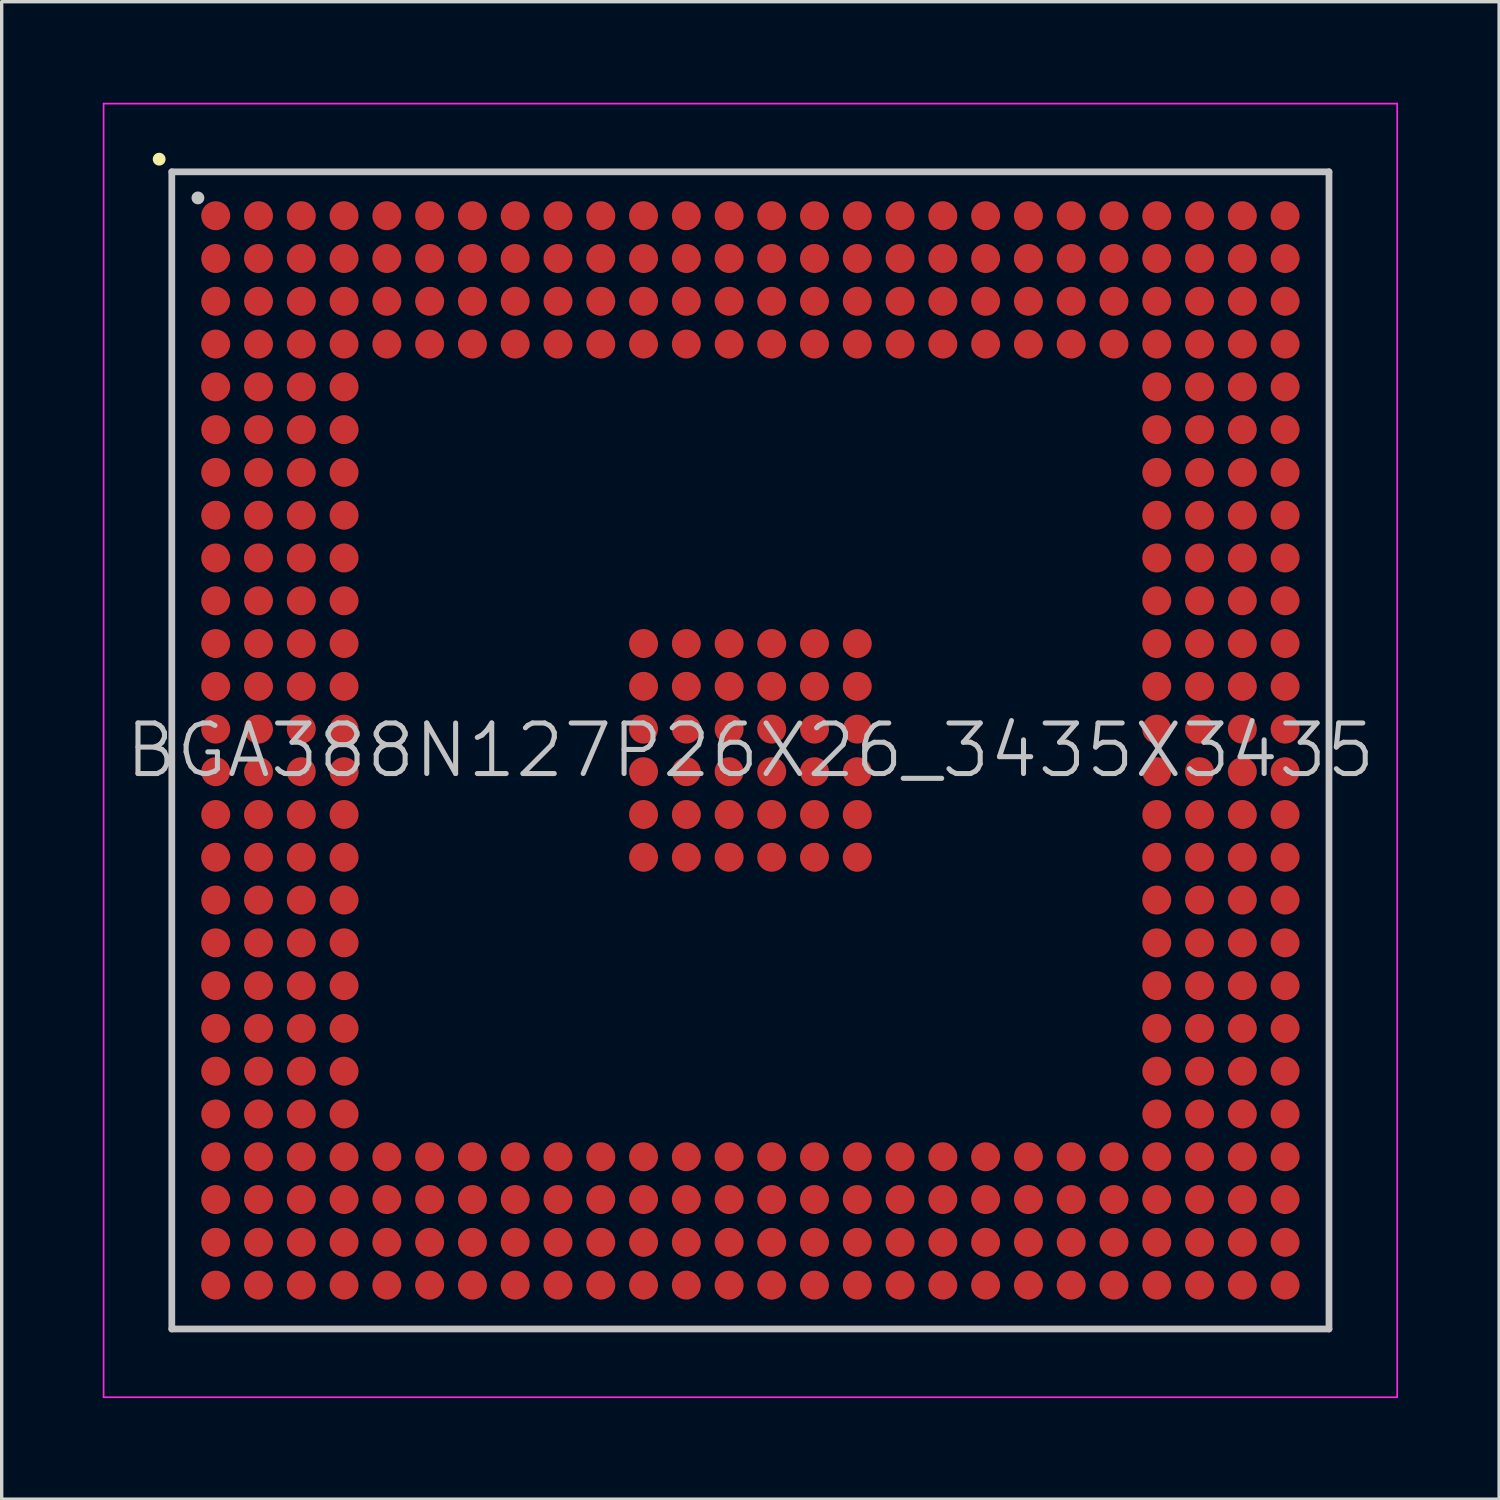
<source format=kicad_pcb>
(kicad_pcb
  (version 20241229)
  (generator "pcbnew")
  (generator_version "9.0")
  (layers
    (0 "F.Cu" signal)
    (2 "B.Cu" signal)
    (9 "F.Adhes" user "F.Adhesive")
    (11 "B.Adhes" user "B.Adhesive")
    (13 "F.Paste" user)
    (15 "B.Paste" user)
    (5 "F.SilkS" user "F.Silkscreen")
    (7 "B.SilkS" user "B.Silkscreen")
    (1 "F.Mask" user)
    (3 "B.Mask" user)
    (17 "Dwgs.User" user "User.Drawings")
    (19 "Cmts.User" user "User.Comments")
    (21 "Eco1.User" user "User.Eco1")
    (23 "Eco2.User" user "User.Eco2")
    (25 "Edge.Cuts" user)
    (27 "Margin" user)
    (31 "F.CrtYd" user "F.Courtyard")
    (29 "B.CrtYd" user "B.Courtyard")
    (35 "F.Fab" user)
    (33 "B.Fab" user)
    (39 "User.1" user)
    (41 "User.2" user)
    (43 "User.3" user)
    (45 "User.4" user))
  (footprint "BGA388N127P26X26_3435X3435"
    (layer "F.Cu")
    (at 19.225 19.225)
    (property "Reference" "BGA388N127P26X26_3435X3435" (at 0 0 0) (layer "Dwgs.User") (effects (font (size 1.5 1.5) (thickness 0.15))))
    (attr smd)
    (fp_line (start -17.55 -17.55) (end -17.55 -17.55) (stroke (width 0.381) (type solid)) (layer "F.SilkS"))
    (fp_line (start -17.175 -17.175) (end -17.175 17.175) (stroke (width 0.2) (type solid)) (layer "Dwgs.User"))
    (fp_line (start -17.175 -17.175) (end 17.175 -17.175) (stroke (width 0.2) (type solid)) (layer "Dwgs.User"))
    (fp_line (start -17.175 17.175) (end 17.175 17.175) (stroke (width 0.2) (type solid)) (layer "Dwgs.User"))
    (fp_line (start -16.4 -16.4) (end -16.4 -16.4) (stroke (width 0.381) (type solid)) (layer "Dwgs.User"))
    (fp_line (start 17.175 -17.175) (end 17.175 17.175) (stroke (width 0.2) (type solid)) (layer "Dwgs.User"))
    (fp_line (start -19.2 -19.2) (end -19.2 19.2) (stroke (width 0.05) (type solid)) (layer "F.CrtYd"))
    (fp_line (start -19.2 -19.2) (end 19.2 -19.2) (stroke (width 0.05) (type solid)) (layer "F.CrtYd"))
    (fp_line (start -19.2 19.2) (end 19.2 19.2) (stroke (width 0.05) (type solid)) (layer "F.CrtYd"))
    (fp_line (start 19.2 -19.2) (end 19.2 19.2) (stroke (width 0.05) (type solid)) (layer "F.CrtYd"))
    (pad "A1" smd circle (at -15.872 -15.872 270) (size 0.86 0.86) (layers "F.Cu" "F.Mask" "F.Paste"))
    (pad "A2" smd circle (at -14.602 -15.872 270) (size 0.86 0.86) (layers "F.Cu" "F.Mask" "F.Paste"))
    (pad "A3" smd circle (at -13.332 -15.872 270) (size 0.86 0.86) (layers "F.Cu" "F.Mask" "F.Paste"))
    (pad "A4" smd circle (at -12.062 -15.872 270) (size 0.86 0.86) (layers "F.Cu" "F.Mask" "F.Paste"))
    (pad "A5" smd circle (at -10.792 -15.872 270) (size 0.86 0.86) (layers "F.Cu" "F.Mask" "F.Paste"))
    (pad "A6" smd circle (at -9.522 -15.872 270) (size 0.86 0.86) (layers "F.Cu" "F.Mask" "F.Paste"))
    (pad "A7" smd circle (at -8.252 -15.872 270) (size 0.86 0.86) (layers "F.Cu" "F.Mask" "F.Paste"))
    (pad "A8" smd circle (at -6.982 -15.872 270) (size 0.86 0.86) (layers "F.Cu" "F.Mask" "F.Paste"))
    (pad "A9" smd circle (at -5.712 -15.872 270) (size 0.86 0.86) (layers "F.Cu" "F.Mask" "F.Paste"))
    (pad "A10" smd circle (at -4.442 -15.872 270) (size 0.86 0.86) (layers "F.Cu" "F.Mask" "F.Paste"))
    (pad "A11" smd circle (at -3.172 -15.872 270) (size 0.86 0.86) (layers "F.Cu" "F.Mask" "F.Paste"))
    (pad "A12" smd circle (at -1.902 -15.872 270) (size 0.86 0.86) (layers "F.Cu" "F.Mask" "F.Paste"))
    (pad "A13" smd circle (at -0.632 -15.872 270) (size 0.86 0.86) (layers "F.Cu" "F.Mask" "F.Paste"))
    (pad "A14" smd circle (at 0.632 -15.872 270) (size 0.86 0.86) (layers "F.Cu" "F.Mask" "F.Paste"))
    (pad "A15" smd circle (at 1.902 -15.872 270) (size 0.86 0.86) (layers "F.Cu" "F.Mask" "F.Paste"))
    (pad "A16" smd circle (at 3.172 -15.872 270) (size 0.86 0.86) (layers "F.Cu" "F.Mask" "F.Paste"))
    (pad "A17" smd circle (at 4.442 -15.872 270) (size 0.86 0.86) (layers "F.Cu" "F.Mask" "F.Paste"))
    (pad "A18" smd circle (at 5.712 -15.872 270) (size 0.86 0.86) (layers "F.Cu" "F.Mask" "F.Paste"))
    (pad "A19" smd circle (at 6.982 -15.872 270) (size 0.86 0.86) (layers "F.Cu" "F.Mask" "F.Paste"))
    (pad "A20" smd circle (at 8.252 -15.872 270) (size 0.86 0.86) (layers "F.Cu" "F.Mask" "F.Paste"))
    (pad "A21" smd circle (at 9.522 -15.872 270) (size 0.86 0.86) (layers "F.Cu" "F.Mask" "F.Paste"))
    (pad "A22" smd circle (at 10.792 -15.872 270) (size 0.86 0.86) (layers "F.Cu" "F.Mask" "F.Paste"))
    (pad "A23" smd circle (at 12.062 -15.872 270) (size 0.86 0.86) (layers "F.Cu" "F.Mask" "F.Paste"))
    (pad "A24" smd circle (at 13.332 -15.872 270) (size 0.86 0.86) (layers "F.Cu" "F.Mask" "F.Paste"))
    (pad "A25" smd circle (at 14.602 -15.872 270) (size 0.86 0.86) (layers "F.Cu" "F.Mask" "F.Paste"))
    (pad "A26" smd circle (at 15.872 -15.872 270) (size 0.86 0.86) (layers "F.Cu" "F.Mask" "F.Paste"))
    (pad "AA1" smd circle (at -15.872 9.522 270) (size 0.86 0.86) (layers "F.Cu" "F.Mask" "F.Paste"))
    (pad "AA2" smd circle (at -14.602 9.522 270) (size 0.86 0.86) (layers "F.Cu" "F.Mask" "F.Paste"))
    (pad "AA3" smd circle (at -13.332 9.522 270) (size 0.86 0.86) (layers "F.Cu" "F.Mask" "F.Paste"))
    (pad "AA4" smd circle (at -12.062 9.522 270) (size 0.86 0.86) (layers "F.Cu" "F.Mask" "F.Paste"))
    (pad "AA23" smd circle (at 12.062 9.522 270) (size 0.86 0.86) (layers "F.Cu" "F.Mask" "F.Paste"))
    (pad "AA24" smd circle (at 13.332 9.522 270) (size 0.86 0.86) (layers "F.Cu" "F.Mask" "F.Paste"))
    (pad "AA25" smd circle (at 14.602 9.522 270) (size 0.86 0.86) (layers "F.Cu" "F.Mask" "F.Paste"))
    (pad "AA26" smd circle (at 15.872 9.522 270) (size 0.86 0.86) (layers "F.Cu" "F.Mask" "F.Paste"))
    (pad "AB1" smd circle (at -15.872 10.792 270) (size 0.86 0.86) (layers "F.Cu" "F.Mask" "F.Paste"))
    (pad "AB2" smd circle (at -14.602 10.792 270) (size 0.86 0.86) (layers "F.Cu" "F.Mask" "F.Paste"))
    (pad "AB3" smd circle (at -13.332 10.792 270) (size 0.86 0.86) (layers "F.Cu" "F.Mask" "F.Paste"))
    (pad "AB4" smd circle (at -12.062 10.792 270) (size 0.86 0.86) (layers "F.Cu" "F.Mask" "F.Paste"))
    (pad "AB23" smd circle (at 12.062 10.792 270) (size 0.86 0.86) (layers "F.Cu" "F.Mask" "F.Paste"))
    (pad "AB24" smd circle (at 13.332 10.792 270) (size 0.86 0.86) (layers "F.Cu" "F.Mask" "F.Paste"))
    (pad "AB25" smd circle (at 14.602 10.792 270) (size 0.86 0.86) (layers "F.Cu" "F.Mask" "F.Paste"))
    (pad "AB26" smd circle (at 15.872 10.792 270) (size 0.86 0.86) (layers "F.Cu" "F.Mask" "F.Paste"))
    (pad "AC1" smd circle (at -15.872 12.062 270) (size 0.86 0.86) (layers "F.Cu" "F.Mask" "F.Paste"))
    (pad "AC2" smd circle (at -14.602 12.062 270) (size 0.86 0.86) (layers "F.Cu" "F.Mask" "F.Paste"))
    (pad "AC3" smd circle (at -13.332 12.062 270) (size 0.86 0.86) (layers "F.Cu" "F.Mask" "F.Paste"))
    (pad "AC4" smd circle (at -12.062 12.062 270) (size 0.86 0.86) (layers "F.Cu" "F.Mask" "F.Paste"))
    (pad "AC5" smd circle (at -10.792 12.062 270) (size 0.86 0.86) (layers "F.Cu" "F.Mask" "F.Paste"))
    (pad "AC6" smd circle (at -9.522 12.062 270) (size 0.86 0.86) (layers "F.Cu" "F.Mask" "F.Paste"))
    (pad "AC7" smd circle (at -8.252 12.062 270) (size 0.86 0.86) (layers "F.Cu" "F.Mask" "F.Paste"))
    (pad "AC8" smd circle (at -6.982 12.062 270) (size 0.86 0.86) (layers "F.Cu" "F.Mask" "F.Paste"))
    (pad "AC9" smd circle (at -5.712 12.062 270) (size 0.86 0.86) (layers "F.Cu" "F.Mask" "F.Paste"))
    (pad "AC10" smd circle (at -4.442 12.062 270) (size 0.86 0.86) (layers "F.Cu" "F.Mask" "F.Paste"))
    (pad "AC11" smd circle (at -3.172 12.062 270) (size 0.86 0.86) (layers "F.Cu" "F.Mask" "F.Paste"))
    (pad "AC12" smd circle (at -1.902 12.062 270) (size 0.86 0.86) (layers "F.Cu" "F.Mask" "F.Paste"))
    (pad "AC13" smd circle (at -0.632 12.062 270) (size 0.86 0.86) (layers "F.Cu" "F.Mask" "F.Paste"))
    (pad "AC14" smd circle (at 0.632 12.062 270) (size 0.86 0.86) (layers "F.Cu" "F.Mask" "F.Paste"))
    (pad "AC15" smd circle (at 1.902 12.062 270) (size 0.86 0.86) (layers "F.Cu" "F.Mask" "F.Paste"))
    (pad "AC16" smd circle (at 3.172 12.062 270) (size 0.86 0.86) (layers "F.Cu" "F.Mask" "F.Paste"))
    (pad "AC17" smd circle (at 4.442 12.062 270) (size 0.86 0.86) (layers "F.Cu" "F.Mask" "F.Paste"))
    (pad "AC18" smd circle (at 5.712 12.062 270) (size 0.86 0.86) (layers "F.Cu" "F.Mask" "F.Paste"))
    (pad "AC19" smd circle (at 6.982 12.062 270) (size 0.86 0.86) (layers "F.Cu" "F.Mask" "F.Paste"))
    (pad "AC20" smd circle (at 8.252 12.062 270) (size 0.86 0.86) (layers "F.Cu" "F.Mask" "F.Paste"))
    (pad "AC21" smd circle (at 9.522 12.062 270) (size 0.86 0.86) (layers "F.Cu" "F.Mask" "F.Paste"))
    (pad "AC22" smd circle (at 10.792 12.062 270) (size 0.86 0.86) (layers "F.Cu" "F.Mask" "F.Paste"))
    (pad "AC23" smd circle (at 12.062 12.062 270) (size 0.86 0.86) (layers "F.Cu" "F.Mask" "F.Paste"))
    (pad "AC24" smd circle (at 13.332 12.062 270) (size 0.86 0.86) (layers "F.Cu" "F.Mask" "F.Paste"))
    (pad "AC25" smd circle (at 14.602 12.062 270) (size 0.86 0.86) (layers "F.Cu" "F.Mask" "F.Paste"))
    (pad "AC26" smd circle (at 15.872 12.062 270) (size 0.86 0.86) (layers "F.Cu" "F.Mask" "F.Paste"))
    (pad "AD1" smd circle (at -15.872 13.332 270) (size 0.86 0.86) (layers "F.Cu" "F.Mask" "F.Paste"))
    (pad "AD2" smd circle (at -14.602 13.332 270) (size 0.86 0.86) (layers "F.Cu" "F.Mask" "F.Paste"))
    (pad "AD3" smd circle (at -13.332 13.332 270) (size 0.86 0.86) (layers "F.Cu" "F.Mask" "F.Paste"))
    (pad "AD4" smd circle (at -12.062 13.332 270) (size 0.86 0.86) (layers "F.Cu" "F.Mask" "F.Paste"))
    (pad "AD5" smd circle (at -10.792 13.332 270) (size 0.86 0.86) (layers "F.Cu" "F.Mask" "F.Paste"))
    (pad "AD6" smd circle (at -9.522 13.332 270) (size 0.86 0.86) (layers "F.Cu" "F.Mask" "F.Paste"))
    (pad "AD7" smd circle (at -8.252 13.332 270) (size 0.86 0.86) (layers "F.Cu" "F.Mask" "F.Paste"))
    (pad "AD8" smd circle (at -6.982 13.332 270) (size 0.86 0.86) (layers "F.Cu" "F.Mask" "F.Paste"))
    (pad "AD9" smd circle (at -5.712 13.332 270) (size 0.86 0.86) (layers "F.Cu" "F.Mask" "F.Paste"))
    (pad "AD10" smd circle (at -4.442 13.332 270) (size 0.86 0.86) (layers "F.Cu" "F.Mask" "F.Paste"))
    (pad "AD11" smd circle (at -3.172 13.332 270) (size 0.86 0.86) (layers "F.Cu" "F.Mask" "F.Paste"))
    (pad "AD12" smd circle (at -1.902 13.332 270) (size 0.86 0.86) (layers "F.Cu" "F.Mask" "F.Paste"))
    (pad "AD13" smd circle (at -0.632 13.332 270) (size 0.86 0.86) (layers "F.Cu" "F.Mask" "F.Paste"))
    (pad "AD14" smd circle (at 0.632 13.332 270) (size 0.86 0.86) (layers "F.Cu" "F.Mask" "F.Paste"))
    (pad "AD15" smd circle (at 1.902 13.332 270) (size 0.86 0.86) (layers "F.Cu" "F.Mask" "F.Paste"))
    (pad "AD16" smd circle (at 3.172 13.332 270) (size 0.86 0.86) (layers "F.Cu" "F.Mask" "F.Paste"))
    (pad "AD17" smd circle (at 4.442 13.332 270) (size 0.86 0.86) (layers "F.Cu" "F.Mask" "F.Paste"))
    (pad "AD18" smd circle (at 5.712 13.332 270) (size 0.86 0.86) (layers "F.Cu" "F.Mask" "F.Paste"))
    (pad "AD19" smd circle (at 6.982 13.332 270) (size 0.86 0.86) (layers "F.Cu" "F.Mask" "F.Paste"))
    (pad "AD20" smd circle (at 8.252 13.332 270) (size 0.86 0.86) (layers "F.Cu" "F.Mask" "F.Paste"))
    (pad "AD21" smd circle (at 9.522 13.332 270) (size 0.86 0.86) (layers "F.Cu" "F.Mask" "F.Paste"))
    (pad "AD22" smd circle (at 10.792 13.332 270) (size 0.86 0.86) (layers "F.Cu" "F.Mask" "F.Paste"))
    (pad "AD23" smd circle (at 12.062 13.332 270) (size 0.86 0.86) (layers "F.Cu" "F.Mask" "F.Paste"))
    (pad "AD24" smd circle (at 13.332 13.332 270) (size 0.86 0.86) (layers "F.Cu" "F.Mask" "F.Paste"))
    (pad "AD25" smd circle (at 14.602 13.332 270) (size 0.86 0.86) (layers "F.Cu" "F.Mask" "F.Paste"))
    (pad "AD26" smd circle (at 15.872 13.332 270) (size 0.86 0.86) (layers "F.Cu" "F.Mask" "F.Paste"))
    (pad "AE1" smd circle (at -15.872 14.602 270) (size 0.86 0.86) (layers "F.Cu" "F.Mask" "F.Paste"))
    (pad "AE2" smd circle (at -14.602 14.602 270) (size 0.86 0.86) (layers "F.Cu" "F.Mask" "F.Paste"))
    (pad "AE3" smd circle (at -13.332 14.602 270) (size 0.86 0.86) (layers "F.Cu" "F.Mask" "F.Paste"))
    (pad "AE4" smd circle (at -12.062 14.602 270) (size 0.86 0.86) (layers "F.Cu" "F.Mask" "F.Paste"))
    (pad "AE5" smd circle (at -10.792 14.602 270) (size 0.86 0.86) (layers "F.Cu" "F.Mask" "F.Paste"))
    (pad "AE6" smd circle (at -9.522 14.602 270) (size 0.86 0.86) (layers "F.Cu" "F.Mask" "F.Paste"))
    (pad "AE7" smd circle (at -8.252 14.602 270) (size 0.86 0.86) (layers "F.Cu" "F.Mask" "F.Paste"))
    (pad "AE8" smd circle (at -6.982 14.602 270) (size 0.86 0.86) (layers "F.Cu" "F.Mask" "F.Paste"))
    (pad "AE9" smd circle (at -5.712 14.602 270) (size 0.86 0.86) (layers "F.Cu" "F.Mask" "F.Paste"))
    (pad "AE10" smd circle (at -4.442 14.602 270) (size 0.86 0.86) (layers "F.Cu" "F.Mask" "F.Paste"))
    (pad "AE11" smd circle (at -3.172 14.602 270) (size 0.86 0.86) (layers "F.Cu" "F.Mask" "F.Paste"))
    (pad "AE12" smd circle (at -1.902 14.602 270) (size 0.86 0.86) (layers "F.Cu" "F.Mask" "F.Paste"))
    (pad "AE13" smd circle (at -0.632 14.602 270) (size 0.86 0.86) (layers "F.Cu" "F.Mask" "F.Paste"))
    (pad "AE14" smd circle (at 0.632 14.602 270) (size 0.86 0.86) (layers "F.Cu" "F.Mask" "F.Paste"))
    (pad "AE15" smd circle (at 1.902 14.602 270) (size 0.86 0.86) (layers "F.Cu" "F.Mask" "F.Paste"))
    (pad "AE16" smd circle (at 3.172 14.602 270) (size 0.86 0.86) (layers "F.Cu" "F.Mask" "F.Paste"))
    (pad "AE17" smd circle (at 4.442 14.602 270) (size 0.86 0.86) (layers "F.Cu" "F.Mask" "F.Paste"))
    (pad "AE18" smd circle (at 5.712 14.602 270) (size 0.86 0.86) (layers "F.Cu" "F.Mask" "F.Paste"))
    (pad "AE19" smd circle (at 6.982 14.602 270) (size 0.86 0.86) (layers "F.Cu" "F.Mask" "F.Paste"))
    (pad "AE20" smd circle (at 8.252 14.602 270) (size 0.86 0.86) (layers "F.Cu" "F.Mask" "F.Paste"))
    (pad "AE21" smd circle (at 9.522 14.602 270) (size 0.86 0.86) (layers "F.Cu" "F.Mask" "F.Paste"))
    (pad "AE22" smd circle (at 10.792 14.602 270) (size 0.86 0.86) (layers "F.Cu" "F.Mask" "F.Paste"))
    (pad "AE23" smd circle (at 12.062 14.602 270) (size 0.86 0.86) (layers "F.Cu" "F.Mask" "F.Paste"))
    (pad "AE24" smd circle (at 13.332 14.602 270) (size 0.86 0.86) (layers "F.Cu" "F.Mask" "F.Paste"))
    (pad "AE25" smd circle (at 14.602 14.602 270) (size 0.86 0.86) (layers "F.Cu" "F.Mask" "F.Paste"))
    (pad "AE26" smd circle (at 15.872 14.602 270) (size 0.86 0.86) (layers "F.Cu" "F.Mask" "F.Paste"))
    (pad "AF1" smd circle (at -15.872 15.872 270) (size 0.86 0.86) (layers "F.Cu" "F.Mask" "F.Paste"))
    (pad "AF2" smd circle (at -14.602 15.872 270) (size 0.86 0.86) (layers "F.Cu" "F.Mask" "F.Paste"))
    (pad "AF3" smd circle (at -13.332 15.872 270) (size 0.86 0.86) (layers "F.Cu" "F.Mask" "F.Paste"))
    (pad "AF4" smd circle (at -12.062 15.872 270) (size 0.86 0.86) (layers "F.Cu" "F.Mask" "F.Paste"))
    (pad "AF5" smd circle (at -10.792 15.872 270) (size 0.86 0.86) (layers "F.Cu" "F.Mask" "F.Paste"))
    (pad "AF6" smd circle (at -9.522 15.872 270) (size 0.86 0.86) (layers "F.Cu" "F.Mask" "F.Paste"))
    (pad "AF7" smd circle (at -8.252 15.872 270) (size 0.86 0.86) (layers "F.Cu" "F.Mask" "F.Paste"))
    (pad "AF8" smd circle (at -6.982 15.872 270) (size 0.86 0.86) (layers "F.Cu" "F.Mask" "F.Paste"))
    (pad "AF9" smd circle (at -5.712 15.872 270) (size 0.86 0.86) (layers "F.Cu" "F.Mask" "F.Paste"))
    (pad "AF10" smd circle (at -4.442 15.872 270) (size 0.86 0.86) (layers "F.Cu" "F.Mask" "F.Paste"))
    (pad "AF11" smd circle (at -3.172 15.872 270) (size 0.86 0.86) (layers "F.Cu" "F.Mask" "F.Paste"))
    (pad "AF12" smd circle (at -1.902 15.872 270) (size 0.86 0.86) (layers "F.Cu" "F.Mask" "F.Paste"))
    (pad "AF13" smd circle (at -0.632 15.872 270) (size 0.86 0.86) (layers "F.Cu" "F.Mask" "F.Paste"))
    (pad "AF14" smd circle (at 0.632 15.872 270) (size 0.86 0.86) (layers "F.Cu" "F.Mask" "F.Paste"))
    (pad "AF15" smd circle (at 1.902 15.872 270) (size 0.86 0.86) (layers "F.Cu" "F.Mask" "F.Paste"))
    (pad "AF16" smd circle (at 3.172 15.872 270) (size 0.86 0.86) (layers "F.Cu" "F.Mask" "F.Paste"))
    (pad "AF17" smd circle (at 4.442 15.872 270) (size 0.86 0.86) (layers "F.Cu" "F.Mask" "F.Paste"))
    (pad "AF18" smd circle (at 5.712 15.872 270) (size 0.86 0.86) (layers "F.Cu" "F.Mask" "F.Paste"))
    (pad "AF19" smd circle (at 6.982 15.872 270) (size 0.86 0.86) (layers "F.Cu" "F.Mask" "F.Paste"))
    (pad "AF20" smd circle (at 8.252 15.872 270) (size 0.86 0.86) (layers "F.Cu" "F.Mask" "F.Paste"))
    (pad "AF21" smd circle (at 9.522 15.872 270) (size 0.86 0.86) (layers "F.Cu" "F.Mask" "F.Paste"))
    (pad "AF22" smd circle (at 10.792 15.872 270) (size 0.86 0.86) (layers "F.Cu" "F.Mask" "F.Paste"))
    (pad "AF23" smd circle (at 12.062 15.872 270) (size 0.86 0.86) (layers "F.Cu" "F.Mask" "F.Paste"))
    (pad "AF24" smd circle (at 13.332 15.872 270) (size 0.86 0.86) (layers "F.Cu" "F.Mask" "F.Paste"))
    (pad "AF25" smd circle (at 14.602 15.872 270) (size 0.86 0.86) (layers "F.Cu" "F.Mask" "F.Paste"))
    (pad "AF26" smd circle (at 15.872 15.872 270) (size 0.86 0.86) (layers "F.Cu" "F.Mask" "F.Paste"))
    (pad "B1" smd circle (at -15.872 -14.602 270) (size 0.86 0.86) (layers "F.Cu" "F.Mask" "F.Paste"))
    (pad "B2" smd circle (at -14.602 -14.602 270) (size 0.86 0.86) (layers "F.Cu" "F.Mask" "F.Paste"))
    (pad "B3" smd circle (at -13.332 -14.602 270) (size 0.86 0.86) (layers "F.Cu" "F.Mask" "F.Paste"))
    (pad "B4" smd circle (at -12.062 -14.602 270) (size 0.86 0.86) (layers "F.Cu" "F.Mask" "F.Paste"))
    (pad "B5" smd circle (at -10.792 -14.602 270) (size 0.86 0.86) (layers "F.Cu" "F.Mask" "F.Paste"))
    (pad "B6" smd circle (at -9.522 -14.602 270) (size 0.86 0.86) (layers "F.Cu" "F.Mask" "F.Paste"))
    (pad "B7" smd circle (at -8.252 -14.602 270) (size 0.86 0.86) (layers "F.Cu" "F.Mask" "F.Paste"))
    (pad "B8" smd circle (at -6.982 -14.602 270) (size 0.86 0.86) (layers "F.Cu" "F.Mask" "F.Paste"))
    (pad "B9" smd circle (at -5.712 -14.602 270) (size 0.86 0.86) (layers "F.Cu" "F.Mask" "F.Paste"))
    (pad "B10" smd circle (at -4.442 -14.602 270) (size 0.86 0.86) (layers "F.Cu" "F.Mask" "F.Paste"))
    (pad "B11" smd circle (at -3.172 -14.602 270) (size 0.86 0.86) (layers "F.Cu" "F.Mask" "F.Paste"))
    (pad "B12" smd circle (at -1.902 -14.602 270) (size 0.86 0.86) (layers "F.Cu" "F.Mask" "F.Paste"))
    (pad "B13" smd circle (at -0.632 -14.602 270) (size 0.86 0.86) (layers "F.Cu" "F.Mask" "F.Paste"))
    (pad "B14" smd circle (at 0.632 -14.602 270) (size 0.86 0.86) (layers "F.Cu" "F.Mask" "F.Paste"))
    (pad "B15" smd circle (at 1.902 -14.602 270) (size 0.86 0.86) (layers "F.Cu" "F.Mask" "F.Paste"))
    (pad "B16" smd circle (at 3.172 -14.602 270) (size 0.86 0.86) (layers "F.Cu" "F.Mask" "F.Paste"))
    (pad "B17" smd circle (at 4.442 -14.602 270) (size 0.86 0.86) (layers "F.Cu" "F.Mask" "F.Paste"))
    (pad "B18" smd circle (at 5.712 -14.602 270) (size 0.86 0.86) (layers "F.Cu" "F.Mask" "F.Paste"))
    (pad "B19" smd circle (at 6.982 -14.602 270) (size 0.86 0.86) (layers "F.Cu" "F.Mask" "F.Paste"))
    (pad "B20" smd circle (at 8.252 -14.602 270) (size 0.86 0.86) (layers "F.Cu" "F.Mask" "F.Paste"))
    (pad "B21" smd circle (at 9.522 -14.602 270) (size 0.86 0.86) (layers "F.Cu" "F.Mask" "F.Paste"))
    (pad "B22" smd circle (at 10.792 -14.602 270) (size 0.86 0.86) (layers "F.Cu" "F.Mask" "F.Paste"))
    (pad "B23" smd circle (at 12.062 -14.602 270) (size 0.86 0.86) (layers "F.Cu" "F.Mask" "F.Paste"))
    (pad "B24" smd circle (at 13.332 -14.602 270) (size 0.86 0.86) (layers "F.Cu" "F.Mask" "F.Paste"))
    (pad "B25" smd circle (at 14.602 -14.602 270) (size 0.86 0.86) (layers "F.Cu" "F.Mask" "F.Paste"))
    (pad "B26" smd circle (at 15.872 -14.602 270) (size 0.86 0.86) (layers "F.Cu" "F.Mask" "F.Paste"))
    (pad "C1" smd circle (at -15.872 -13.332 270) (size 0.86 0.86) (layers "F.Cu" "F.Mask" "F.Paste"))
    (pad "C2" smd circle (at -14.602 -13.332 270) (size 0.86 0.86) (layers "F.Cu" "F.Mask" "F.Paste"))
    (pad "C3" smd circle (at -13.332 -13.332 270) (size 0.86 0.86) (layers "F.Cu" "F.Mask" "F.Paste"))
    (pad "C4" smd circle (at -12.062 -13.332 270) (size 0.86 0.86) (layers "F.Cu" "F.Mask" "F.Paste"))
    (pad "C5" smd circle (at -10.792 -13.332 270) (size 0.86 0.86) (layers "F.Cu" "F.Mask" "F.Paste"))
    (pad "C6" smd circle (at -9.522 -13.332 270) (size 0.86 0.86) (layers "F.Cu" "F.Mask" "F.Paste"))
    (pad "C7" smd circle (at -8.252 -13.332 270) (size 0.86 0.86) (layers "F.Cu" "F.Mask" "F.Paste"))
    (pad "C8" smd circle (at -6.982 -13.332 270) (size 0.86 0.86) (layers "F.Cu" "F.Mask" "F.Paste"))
    (pad "C9" smd circle (at -5.712 -13.332 270) (size 0.86 0.86) (layers "F.Cu" "F.Mask" "F.Paste"))
    (pad "C10" smd circle (at -4.442 -13.332 270) (size 0.86 0.86) (layers "F.Cu" "F.Mask" "F.Paste"))
    (pad "C11" smd circle (at -3.172 -13.332 270) (size 0.86 0.86) (layers "F.Cu" "F.Mask" "F.Paste"))
    (pad "C12" smd circle (at -1.902 -13.332 270) (size 0.86 0.86) (layers "F.Cu" "F.Mask" "F.Paste"))
    (pad "C13" smd circle (at -0.632 -13.332 270) (size 0.86 0.86) (layers "F.Cu" "F.Mask" "F.Paste"))
    (pad "C14" smd circle (at 0.632 -13.332 270) (size 0.86 0.86) (layers "F.Cu" "F.Mask" "F.Paste"))
    (pad "C15" smd circle (at 1.902 -13.332 270) (size 0.86 0.86) (layers "F.Cu" "F.Mask" "F.Paste"))
    (pad "C16" smd circle (at 3.172 -13.332 270) (size 0.86 0.86) (layers "F.Cu" "F.Mask" "F.Paste"))
    (pad "C17" smd circle (at 4.442 -13.332 270) (size 0.86 0.86) (layers "F.Cu" "F.Mask" "F.Paste"))
    (pad "C18" smd circle (at 5.712 -13.332 270) (size 0.86 0.86) (layers "F.Cu" "F.Mask" "F.Paste"))
    (pad "C19" smd circle (at 6.982 -13.332 270) (size 0.86 0.86) (layers "F.Cu" "F.Mask" "F.Paste"))
    (pad "C20" smd circle (at 8.252 -13.332 270) (size 0.86 0.86) (layers "F.Cu" "F.Mask" "F.Paste"))
    (pad "C21" smd circle (at 9.522 -13.332 270) (size 0.86 0.86) (layers "F.Cu" "F.Mask" "F.Paste"))
    (pad "C22" smd circle (at 10.792 -13.332 270) (size 0.86 0.86) (layers "F.Cu" "F.Mask" "F.Paste"))
    (pad "C23" smd circle (at 12.062 -13.332 270) (size 0.86 0.86) (layers "F.Cu" "F.Mask" "F.Paste"))
    (pad "C24" smd circle (at 13.332 -13.332 270) (size 0.86 0.86) (layers "F.Cu" "F.Mask" "F.Paste"))
    (pad "C25" smd circle (at 14.602 -13.332 270) (size 0.86 0.86) (layers "F.Cu" "F.Mask" "F.Paste"))
    (pad "C26" smd circle (at 15.872 -13.332 270) (size 0.86 0.86) (layers "F.Cu" "F.Mask" "F.Paste"))
    (pad "D1" smd circle (at -15.872 -12.062 270) (size 0.86 0.86) (layers "F.Cu" "F.Mask" "F.Paste"))
    (pad "D2" smd circle (at -14.602 -12.062 270) (size 0.86 0.86) (layers "F.Cu" "F.Mask" "F.Paste"))
    (pad "D3" smd circle (at -13.332 -12.062 270) (size 0.86 0.86) (layers "F.Cu" "F.Mask" "F.Paste"))
    (pad "D4" smd circle (at -12.062 -12.062 270) (size 0.86 0.86) (layers "F.Cu" "F.Mask" "F.Paste"))
    (pad "D5" smd circle (at -10.792 -12.062 270) (size 0.86 0.86) (layers "F.Cu" "F.Mask" "F.Paste"))
    (pad "D6" smd circle (at -9.522 -12.062 270) (size 0.86 0.86) (layers "F.Cu" "F.Mask" "F.Paste"))
    (pad "D7" smd circle (at -8.252 -12.062 270) (size 0.86 0.86) (layers "F.Cu" "F.Mask" "F.Paste"))
    (pad "D8" smd circle (at -6.982 -12.062 270) (size 0.86 0.86) (layers "F.Cu" "F.Mask" "F.Paste"))
    (pad "D9" smd circle (at -5.712 -12.062 270) (size 0.86 0.86) (layers "F.Cu" "F.Mask" "F.Paste"))
    (pad "D10" smd circle (at -4.442 -12.062 270) (size 0.86 0.86) (layers "F.Cu" "F.Mask" "F.Paste"))
    (pad "D11" smd circle (at -3.172 -12.062 270) (size 0.86 0.86) (layers "F.Cu" "F.Mask" "F.Paste"))
    (pad "D12" smd circle (at -1.902 -12.062 270) (size 0.86 0.86) (layers "F.Cu" "F.Mask" "F.Paste"))
    (pad "D13" smd circle (at -0.632 -12.062 270) (size 0.86 0.86) (layers "F.Cu" "F.Mask" "F.Paste"))
    (pad "D14" smd circle (at 0.632 -12.062 270) (size 0.86 0.86) (layers "F.Cu" "F.Mask" "F.Paste"))
    (pad "D15" smd circle (at 1.902 -12.062 270) (size 0.86 0.86) (layers "F.Cu" "F.Mask" "F.Paste"))
    (pad "D16" smd circle (at 3.172 -12.062 270) (size 0.86 0.86) (layers "F.Cu" "F.Mask" "F.Paste"))
    (pad "D17" smd circle (at 4.442 -12.062 270) (size 0.86 0.86) (layers "F.Cu" "F.Mask" "F.Paste"))
    (pad "D18" smd circle (at 5.712 -12.062 270) (size 0.86 0.86) (layers "F.Cu" "F.Mask" "F.Paste"))
    (pad "D19" smd circle (at 6.982 -12.062 270) (size 0.86 0.86) (layers "F.Cu" "F.Mask" "F.Paste"))
    (pad "D20" smd circle (at 8.252 -12.062 270) (size 0.86 0.86) (layers "F.Cu" "F.Mask" "F.Paste"))
    (pad "D21" smd circle (at 9.522 -12.062 270) (size 0.86 0.86) (layers "F.Cu" "F.Mask" "F.Paste"))
    (pad "D22" smd circle (at 10.792 -12.062 270) (size 0.86 0.86) (layers "F.Cu" "F.Mask" "F.Paste"))
    (pad "D23" smd circle (at 12.062 -12.062 270) (size 0.86 0.86) (layers "F.Cu" "F.Mask" "F.Paste"))
    (pad "D24" smd circle (at 13.332 -12.062 270) (size 0.86 0.86) (layers "F.Cu" "F.Mask" "F.Paste"))
    (pad "D25" smd circle (at 14.602 -12.062 270) (size 0.86 0.86) (layers "F.Cu" "F.Mask" "F.Paste"))
    (pad "D26" smd circle (at 15.872 -12.062 270) (size 0.86 0.86) (layers "F.Cu" "F.Mask" "F.Paste"))
    (pad "E1" smd circle (at -15.872 -10.792 270) (size 0.86 0.86) (layers "F.Cu" "F.Mask" "F.Paste"))
    (pad "E2" smd circle (at -14.602 -10.792 270) (size 0.86 0.86) (layers "F.Cu" "F.Mask" "F.Paste"))
    (pad "E3" smd circle (at -13.332 -10.792 270) (size 0.86 0.86) (layers "F.Cu" "F.Mask" "F.Paste"))
    (pad "E4" smd circle (at -12.062 -10.792 270) (size 0.86 0.86) (layers "F.Cu" "F.Mask" "F.Paste"))
    (pad "E23" smd circle (at 12.062 -10.792 270) (size 0.86 0.86) (layers "F.Cu" "F.Mask" "F.Paste"))
    (pad "E24" smd circle (at 13.332 -10.792 270) (size 0.86 0.86) (layers "F.Cu" "F.Mask" "F.Paste"))
    (pad "E25" smd circle (at 14.602 -10.792 270) (size 0.86 0.86) (layers "F.Cu" "F.Mask" "F.Paste"))
    (pad "E26" smd circle (at 15.872 -10.792 270) (size 0.86 0.86) (layers "F.Cu" "F.Mask" "F.Paste"))
    (pad "F1" smd circle (at -15.872 -9.522 270) (size 0.86 0.86) (layers "F.Cu" "F.Mask" "F.Paste"))
    (pad "F2" smd circle (at -14.602 -9.522 270) (size 0.86 0.86) (layers "F.Cu" "F.Mask" "F.Paste"))
    (pad "F3" smd circle (at -13.332 -9.522 270) (size 0.86 0.86) (layers "F.Cu" "F.Mask" "F.Paste"))
    (pad "F4" smd circle (at -12.062 -9.522 270) (size 0.86 0.86) (layers "F.Cu" "F.Mask" "F.Paste"))
    (pad "F23" smd circle (at 12.062 -9.522 270) (size 0.86 0.86) (layers "F.Cu" "F.Mask" "F.Paste"))
    (pad "F24" smd circle (at 13.332 -9.522 270) (size 0.86 0.86) (layers "F.Cu" "F.Mask" "F.Paste"))
    (pad "F25" smd circle (at 14.602 -9.522 270) (size 0.86 0.86) (layers "F.Cu" "F.Mask" "F.Paste"))
    (pad "F26" smd circle (at 15.872 -9.522 270) (size 0.86 0.86) (layers "F.Cu" "F.Mask" "F.Paste"))
    (pad "G1" smd circle (at -15.872 -8.252 270) (size 0.86 0.86) (layers "F.Cu" "F.Mask" "F.Paste"))
    (pad "G2" smd circle (at -14.602 -8.252 270) (size 0.86 0.86) (layers "F.Cu" "F.Mask" "F.Paste"))
    (pad "G3" smd circle (at -13.332 -8.252 270) (size 0.86 0.86) (layers "F.Cu" "F.Mask" "F.Paste"))
    (pad "G4" smd circle (at -12.062 -8.252 270) (size 0.86 0.86) (layers "F.Cu" "F.Mask" "F.Paste"))
    (pad "G23" smd circle (at 12.062 -8.252 270) (size 0.86 0.86) (layers "F.Cu" "F.Mask" "F.Paste"))
    (pad "G24" smd circle (at 13.332 -8.252 270) (size 0.86 0.86) (layers "F.Cu" "F.Mask" "F.Paste"))
    (pad "G25" smd circle (at 14.602 -8.252 270) (size 0.86 0.86) (layers "F.Cu" "F.Mask" "F.Paste"))
    (pad "G26" smd circle (at 15.872 -8.252 270) (size 0.86 0.86) (layers "F.Cu" "F.Mask" "F.Paste"))
    (pad "H1" smd circle (at -15.872 -6.982 270) (size 0.86 0.86) (layers "F.Cu" "F.Mask" "F.Paste"))
    (pad "H2" smd circle (at -14.602 -6.982 270) (size 0.86 0.86) (layers "F.Cu" "F.Mask" "F.Paste"))
    (pad "H3" smd circle (at -13.332 -6.982 270) (size 0.86 0.86) (layers "F.Cu" "F.Mask" "F.Paste"))
    (pad "H4" smd circle (at -12.062 -6.982 270) (size 0.86 0.86) (layers "F.Cu" "F.Mask" "F.Paste"))
    (pad "H23" smd circle (at 12.062 -6.982 270) (size 0.86 0.86) (layers "F.Cu" "F.Mask" "F.Paste"))
    (pad "H24" smd circle (at 13.332 -6.982 270) (size 0.86 0.86) (layers "F.Cu" "F.Mask" "F.Paste"))
    (pad "H25" smd circle (at 14.602 -6.982 270) (size 0.86 0.86) (layers "F.Cu" "F.Mask" "F.Paste"))
    (pad "H26" smd circle (at 15.872 -6.982 270) (size 0.86 0.86) (layers "F.Cu" "F.Mask" "F.Paste"))
    (pad "J1" smd circle (at -15.872 -5.712 270) (size 0.86 0.86) (layers "F.Cu" "F.Mask" "F.Paste"))
    (pad "J2" smd circle (at -14.602 -5.712 270) (size 0.86 0.86) (layers "F.Cu" "F.Mask" "F.Paste"))
    (pad "J3" smd circle (at -13.332 -5.712 270) (size 0.86 0.86) (layers "F.Cu" "F.Mask" "F.Paste"))
    (pad "J4" smd circle (at -12.062 -5.712 270) (size 0.86 0.86) (layers "F.Cu" "F.Mask" "F.Paste"))
    (pad "J23" smd circle (at 12.062 -5.712 270) (size 0.86 0.86) (layers "F.Cu" "F.Mask" "F.Paste"))
    (pad "J24" smd circle (at 13.332 -5.712 270) (size 0.86 0.86) (layers "F.Cu" "F.Mask" "F.Paste"))
    (pad "J25" smd circle (at 14.602 -5.712 270) (size 0.86 0.86) (layers "F.Cu" "F.Mask" "F.Paste"))
    (pad "J26" smd circle (at 15.872 -5.712 270) (size 0.86 0.86) (layers "F.Cu" "F.Mask" "F.Paste"))
    (pad "K1" smd circle (at -15.872 -4.442 270) (size 0.86 0.86) (layers "F.Cu" "F.Mask" "F.Paste"))
    (pad "K2" smd circle (at -14.602 -4.442 270) (size 0.86 0.86) (layers "F.Cu" "F.Mask" "F.Paste"))
    (pad "K3" smd circle (at -13.332 -4.442 270) (size 0.86 0.86) (layers "F.Cu" "F.Mask" "F.Paste"))
    (pad "K4" smd circle (at -12.062 -4.442 270) (size 0.86 0.86) (layers "F.Cu" "F.Mask" "F.Paste"))
    (pad "K23" smd circle (at 12.062 -4.442 270) (size 0.86 0.86) (layers "F.Cu" "F.Mask" "F.Paste"))
    (pad "K24" smd circle (at 13.332 -4.442 270) (size 0.86 0.86) (layers "F.Cu" "F.Mask" "F.Paste"))
    (pad "K25" smd circle (at 14.602 -4.442 270) (size 0.86 0.86) (layers "F.Cu" "F.Mask" "F.Paste"))
    (pad "K26" smd circle (at 15.872 -4.442 270) (size 0.86 0.86) (layers "F.Cu" "F.Mask" "F.Paste"))
    (pad "L1" smd circle (at -15.872 -3.172 270) (size 0.86 0.86) (layers "F.Cu" "F.Mask" "F.Paste"))
    (pad "L2" smd circle (at -14.602 -3.172 270) (size 0.86 0.86) (layers "F.Cu" "F.Mask" "F.Paste"))
    (pad "L3" smd circle (at -13.332 -3.172 270) (size 0.86 0.86) (layers "F.Cu" "F.Mask" "F.Paste"))
    (pad "L4" smd circle (at -12.062 -3.172 270) (size 0.86 0.86) (layers "F.Cu" "F.Mask" "F.Paste"))
    (pad "L11" smd circle (at -3.172 -3.172 270) (size 0.86 0.86) (layers "F.Cu" "F.Mask" "F.Paste"))
    (pad "L12" smd circle (at -1.902 -3.172 270) (size 0.86 0.86) (layers "F.Cu" "F.Mask" "F.Paste"))
    (pad "L13" smd circle (at -0.632 -3.172 270) (size 0.86 0.86) (layers "F.Cu" "F.Mask" "F.Paste"))
    (pad "L14" smd circle (at 0.632 -3.172 270) (size 0.86 0.86) (layers "F.Cu" "F.Mask" "F.Paste"))
    (pad "L15" smd circle (at 1.902 -3.172 270) (size 0.86 0.86) (layers "F.Cu" "F.Mask" "F.Paste"))
    (pad "L16" smd circle (at 3.172 -3.172 270) (size 0.86 0.86) (layers "F.Cu" "F.Mask" "F.Paste"))
    (pad "L23" smd circle (at 12.062 -3.172 270) (size 0.86 0.86) (layers "F.Cu" "F.Mask" "F.Paste"))
    (pad "L24" smd circle (at 13.332 -3.172 270) (size 0.86 0.86) (layers "F.Cu" "F.Mask" "F.Paste"))
    (pad "L25" smd circle (at 14.602 -3.172 270) (size 0.86 0.86) (layers "F.Cu" "F.Mask" "F.Paste"))
    (pad "L26" smd circle (at 15.872 -3.172 270) (size 0.86 0.86) (layers "F.Cu" "F.Mask" "F.Paste"))
    (pad "M1" smd circle (at -15.872 -1.902 270) (size 0.86 0.86) (layers "F.Cu" "F.Mask" "F.Paste"))
    (pad "M2" smd circle (at -14.602 -1.902 270) (size 0.86 0.86) (layers "F.Cu" "F.Mask" "F.Paste"))
    (pad "M3" smd circle (at -13.332 -1.902 270) (size 0.86 0.86) (layers "F.Cu" "F.Mask" "F.Paste"))
    (pad "M4" smd circle (at -12.062 -1.902 270) (size 0.86 0.86) (layers "F.Cu" "F.Mask" "F.Paste"))
    (pad "M11" smd circle (at -3.172 -1.902 270) (size 0.86 0.86) (layers "F.Cu" "F.Mask" "F.Paste"))
    (pad "M12" smd circle (at -1.902 -1.902 270) (size 0.86 0.86) (layers "F.Cu" "F.Mask" "F.Paste"))
    (pad "M13" smd circle (at -0.632 -1.902 270) (size 0.86 0.86) (layers "F.Cu" "F.Mask" "F.Paste"))
    (pad "M14" smd circle (at 0.632 -1.902 270) (size 0.86 0.86) (layers "F.Cu" "F.Mask" "F.Paste"))
    (pad "M15" smd circle (at 1.902 -1.902 270) (size 0.86 0.86) (layers "F.Cu" "F.Mask" "F.Paste"))
    (pad "M16" smd circle (at 3.172 -1.902 270) (size 0.86 0.86) (layers "F.Cu" "F.Mask" "F.Paste"))
    (pad "M23" smd circle (at 12.062 -1.902 270) (size 0.86 0.86) (layers "F.Cu" "F.Mask" "F.Paste"))
    (pad "M24" smd circle (at 13.332 -1.902 270) (size 0.86 0.86) (layers "F.Cu" "F.Mask" "F.Paste"))
    (pad "M25" smd circle (at 14.602 -1.902 270) (size 0.86 0.86) (layers "F.Cu" "F.Mask" "F.Paste"))
    (pad "M26" smd circle (at 15.872 -1.902 270) (size 0.86 0.86) (layers "F.Cu" "F.Mask" "F.Paste"))
    (pad "N1" smd circle (at -15.872 -0.632 270) (size 0.86 0.86) (layers "F.Cu" "F.Mask" "F.Paste"))
    (pad "N2" smd circle (at -14.602 -0.632 270) (size 0.86 0.86) (layers "F.Cu" "F.Mask" "F.Paste"))
    (pad "N3" smd circle (at -13.332 -0.632 270) (size 0.86 0.86) (layers "F.Cu" "F.Mask" "F.Paste"))
    (pad "N4" smd circle (at -12.062 -0.632 270) (size 0.86 0.86) (layers "F.Cu" "F.Mask" "F.Paste"))
    (pad "N11" smd circle (at -3.172 -0.632 270) (size 0.86 0.86) (layers "F.Cu" "F.Mask" "F.Paste"))
    (pad "N12" smd circle (at -1.902 -0.632 270) (size 0.86 0.86) (layers "F.Cu" "F.Mask" "F.Paste"))
    (pad "N13" smd circle (at -0.632 -0.632 270) (size 0.86 0.86) (layers "F.Cu" "F.Mask" "F.Paste"))
    (pad "N14" smd circle (at 0.632 -0.632 270) (size 0.86 0.86) (layers "F.Cu" "F.Mask" "F.Paste"))
    (pad "N15" smd circle (at 1.902 -0.632 270) (size 0.86 0.86) (layers "F.Cu" "F.Mask" "F.Paste"))
    (pad "N16" smd circle (at 3.172 -0.632 270) (size 0.86 0.86) (layers "F.Cu" "F.Mask" "F.Paste"))
    (pad "N23" smd circle (at 12.062 -0.632 270) (size 0.86 0.86) (layers "F.Cu" "F.Mask" "F.Paste"))
    (pad "N24" smd circle (at 13.332 -0.632 270) (size 0.86 0.86) (layers "F.Cu" "F.Mask" "F.Paste"))
    (pad "N25" smd circle (at 14.602 -0.632 270) (size 0.86 0.86) (layers "F.Cu" "F.Mask" "F.Paste"))
    (pad "N26" smd circle (at 15.872 -0.632 270) (size 0.86 0.86) (layers "F.Cu" "F.Mask" "F.Paste"))
    (pad "P1" smd circle (at -15.872 0.632 270) (size 0.86 0.86) (layers "F.Cu" "F.Mask" "F.Paste"))
    (pad "P2" smd circle (at -14.602 0.632 270) (size 0.86 0.86) (layers "F.Cu" "F.Mask" "F.Paste"))
    (pad "P3" smd circle (at -13.332 0.632 270) (size 0.86 0.86) (layers "F.Cu" "F.Mask" "F.Paste"))
    (pad "P4" smd circle (at -12.062 0.632 270) (size 0.86 0.86) (layers "F.Cu" "F.Mask" "F.Paste"))
    (pad "P11" smd circle (at -3.172 0.632 270) (size 0.86 0.86) (layers "F.Cu" "F.Mask" "F.Paste"))
    (pad "P12" smd circle (at -1.902 0.632 270) (size 0.86 0.86) (layers "F.Cu" "F.Mask" "F.Paste"))
    (pad "P13" smd circle (at -0.632 0.632 270) (size 0.86 0.86) (layers "F.Cu" "F.Mask" "F.Paste"))
    (pad "P14" smd circle (at 0.632 0.632 270) (size 0.86 0.86) (layers "F.Cu" "F.Mask" "F.Paste"))
    (pad "P15" smd circle (at 1.902 0.632 270) (size 0.86 0.86) (layers "F.Cu" "F.Mask" "F.Paste"))
    (pad "P16" smd circle (at 3.172 0.632 270) (size 0.86 0.86) (layers "F.Cu" "F.Mask" "F.Paste"))
    (pad "P23" smd circle (at 12.062 0.632 270) (size 0.86 0.86) (layers "F.Cu" "F.Mask" "F.Paste"))
    (pad "P24" smd circle (at 13.332 0.632 270) (size 0.86 0.86) (layers "F.Cu" "F.Mask" "F.Paste"))
    (pad "P25" smd circle (at 14.602 0.632 270) (size 0.86 0.86) (layers "F.Cu" "F.Mask" "F.Paste"))
    (pad "P26" smd circle (at 15.872 0.632 270) (size 0.86 0.86) (layers "F.Cu" "F.Mask" "F.Paste"))
    (pad "R1" smd circle (at -15.872 1.902 270) (size 0.86 0.86) (layers "F.Cu" "F.Mask" "F.Paste"))
    (pad "R2" smd circle (at -14.602 1.902 270) (size 0.86 0.86) (layers "F.Cu" "F.Mask" "F.Paste"))
    (pad "R3" smd circle (at -13.332 1.902 270) (size 0.86 0.86) (layers "F.Cu" "F.Mask" "F.Paste"))
    (pad "R4" smd circle (at -12.062 1.902 270) (size 0.86 0.86) (layers "F.Cu" "F.Mask" "F.Paste"))
    (pad "R11" smd circle (at -3.172 1.902 270) (size 0.86 0.86) (layers "F.Cu" "F.Mask" "F.Paste"))
    (pad "R12" smd circle (at -1.902 1.902 270) (size 0.86 0.86) (layers "F.Cu" "F.Mask" "F.Paste"))
    (pad "R13" smd circle (at -0.632 1.902 270) (size 0.86 0.86) (layers "F.Cu" "F.Mask" "F.Paste"))
    (pad "R14" smd circle (at 0.632 1.902 270) (size 0.86 0.86) (layers "F.Cu" "F.Mask" "F.Paste"))
    (pad "R15" smd circle (at 1.902 1.902 270) (size 0.86 0.86) (layers "F.Cu" "F.Mask" "F.Paste"))
    (pad "R16" smd circle (at 3.172 1.902 270) (size 0.86 0.86) (layers "F.Cu" "F.Mask" "F.Paste"))
    (pad "R23" smd circle (at 12.062 1.902 270) (size 0.86 0.86) (layers "F.Cu" "F.Mask" "F.Paste"))
    (pad "R24" smd circle (at 13.332 1.902 270) (size 0.86 0.86) (layers "F.Cu" "F.Mask" "F.Paste"))
    (pad "R25" smd circle (at 14.602 1.902 270) (size 0.86 0.86) (layers "F.Cu" "F.Mask" "F.Paste"))
    (pad "R26" smd circle (at 15.872 1.902 270) (size 0.86 0.86) (layers "F.Cu" "F.Mask" "F.Paste"))
    (pad "T1" smd circle (at -15.872 3.172 270) (size 0.86 0.86) (layers "F.Cu" "F.Mask" "F.Paste"))
    (pad "T2" smd circle (at -14.602 3.172 270) (size 0.86 0.86) (layers "F.Cu" "F.Mask" "F.Paste"))
    (pad "T3" smd circle (at -13.332 3.172 270) (size 0.86 0.86) (layers "F.Cu" "F.Mask" "F.Paste"))
    (pad "T4" smd circle (at -12.062 3.172 270) (size 0.86 0.86) (layers "F.Cu" "F.Mask" "F.Paste"))
    (pad "T11" smd circle (at -3.172 3.172 270) (size 0.86 0.86) (layers "F.Cu" "F.Mask" "F.Paste"))
    (pad "T12" smd circle (at -1.902 3.172 270) (size 0.86 0.86) (layers "F.Cu" "F.Mask" "F.Paste"))
    (pad "T13" smd circle (at -0.632 3.172 270) (size 0.86 0.86) (layers "F.Cu" "F.Mask" "F.Paste"))
    (pad "T14" smd circle (at 0.632 3.172 270) (size 0.86 0.86) (layers "F.Cu" "F.Mask" "F.Paste"))
    (pad "T15" smd circle (at 1.902 3.172 270) (size 0.86 0.86) (layers "F.Cu" "F.Mask" "F.Paste"))
    (pad "T16" smd circle (at 3.172 3.172 270) (size 0.86 0.86) (layers "F.Cu" "F.Mask" "F.Paste"))
    (pad "T23" smd circle (at 12.062 3.172 270) (size 0.86 0.86) (layers "F.Cu" "F.Mask" "F.Paste"))
    (pad "T24" smd circle (at 13.332 3.172 270) (size 0.86 0.86) (layers "F.Cu" "F.Mask" "F.Paste"))
    (pad "T25" smd circle (at 14.602 3.172 270) (size 0.86 0.86) (layers "F.Cu" "F.Mask" "F.Paste"))
    (pad "T26" smd circle (at 15.872 3.172 270) (size 0.86 0.86) (layers "F.Cu" "F.Mask" "F.Paste"))
    (pad "U1" smd circle (at -15.872 4.442 270) (size 0.86 0.86) (layers "F.Cu" "F.Mask" "F.Paste"))
    (pad "U2" smd circle (at -14.602 4.442 270) (size 0.86 0.86) (layers "F.Cu" "F.Mask" "F.Paste"))
    (pad "U3" smd circle (at -13.332 4.442 270) (size 0.86 0.86) (layers "F.Cu" "F.Mask" "F.Paste"))
    (pad "U4" smd circle (at -12.062 4.442 270) (size 0.86 0.86) (layers "F.Cu" "F.Mask" "F.Paste"))
    (pad "U23" smd circle (at 12.062 4.442 270) (size 0.86 0.86) (layers "F.Cu" "F.Mask" "F.Paste"))
    (pad "U24" smd circle (at 13.332 4.442 270) (size 0.86 0.86) (layers "F.Cu" "F.Mask" "F.Paste"))
    (pad "U25" smd circle (at 14.602 4.442 270) (size 0.86 0.86) (layers "F.Cu" "F.Mask" "F.Paste"))
    (pad "U26" smd circle (at 15.872 4.442 270) (size 0.86 0.86) (layers "F.Cu" "F.Mask" "F.Paste"))
    (pad "V1" smd circle (at -15.872 5.712 270) (size 0.86 0.86) (layers "F.Cu" "F.Mask" "F.Paste"))
    (pad "V2" smd circle (at -14.602 5.712 270) (size 0.86 0.86) (layers "F.Cu" "F.Mask" "F.Paste"))
    (pad "V3" smd circle (at -13.332 5.712 270) (size 0.86 0.86) (layers "F.Cu" "F.Mask" "F.Paste"))
    (pad "V4" smd circle (at -12.062 5.712 270) (size 0.86 0.86) (layers "F.Cu" "F.Mask" "F.Paste"))
    (pad "V23" smd circle (at 12.062 5.712 270) (size 0.86 0.86) (layers "F.Cu" "F.Mask" "F.Paste"))
    (pad "V24" smd circle (at 13.332 5.712 270) (size 0.86 0.86) (layers "F.Cu" "F.Mask" "F.Paste"))
    (pad "V25" smd circle (at 14.602 5.712 270) (size 0.86 0.86) (layers "F.Cu" "F.Mask" "F.Paste"))
    (pad "V26" smd circle (at 15.872 5.712 270) (size 0.86 0.86) (layers "F.Cu" "F.Mask" "F.Paste"))
    (pad "W1" smd circle (at -15.872 6.982 270) (size 0.86 0.86) (layers "F.Cu" "F.Mask" "F.Paste"))
    (pad "W2" smd circle (at -14.602 6.982 270) (size 0.86 0.86) (layers "F.Cu" "F.Mask" "F.Paste"))
    (pad "W3" smd circle (at -13.332 6.982 270) (size 0.86 0.86) (layers "F.Cu" "F.Mask" "F.Paste"))
    (pad "W4" smd circle (at -12.062 6.982 270) (size 0.86 0.86) (layers "F.Cu" "F.Mask" "F.Paste"))
    (pad "W23" smd circle (at 12.062 6.982 270) (size 0.86 0.86) (layers "F.Cu" "F.Mask" "F.Paste"))
    (pad "W24" smd circle (at 13.332 6.982 270) (size 0.86 0.86) (layers "F.Cu" "F.Mask" "F.Paste"))
    (pad "W25" smd circle (at 14.602 6.982 270) (size 0.86 0.86) (layers "F.Cu" "F.Mask" "F.Paste"))
    (pad "W26" smd circle (at 15.872 6.982 270) (size 0.86 0.86) (layers "F.Cu" "F.Mask" "F.Paste"))
    (pad "Y1" smd circle (at -15.872 8.252 270) (size 0.86 0.86) (layers "F.Cu" "F.Mask" "F.Paste"))
    (pad "Y2" smd circle (at -14.602 8.252 270) (size 0.86 0.86) (layers "F.Cu" "F.Mask" "F.Paste"))
    (pad "Y3" smd circle (at -13.332 8.252 270) (size 0.86 0.86) (layers "F.Cu" "F.Mask" "F.Paste"))
    (pad "Y4" smd circle (at -12.062 8.252 270) (size 0.86 0.86) (layers "F.Cu" "F.Mask" "F.Paste"))
    (pad "Y23" smd circle (at 12.062 8.252 270) (size 0.86 0.86) (layers "F.Cu" "F.Mask" "F.Paste"))
    (pad "Y24" smd circle (at 13.332 8.252 270) (size 0.86 0.86) (layers "F.Cu" "F.Mask" "F.Paste"))
    (pad "Y25" smd circle (at 14.602 8.252 270) (size 0.86 0.86) (layers "F.Cu" "F.Mask" "F.Paste"))
    (pad "Y26" smd circle (at 15.872 8.252 270) (size 0.86 0.86) (layers "F.Cu" "F.Mask" "F.Paste")))
  (gr_rect
    (start -3 -3)
    (end 41.45 41.45)
    (stroke (width 0.1) (type default))
    (fill no)
    (layer "Edge.Cuts")))
</source>
